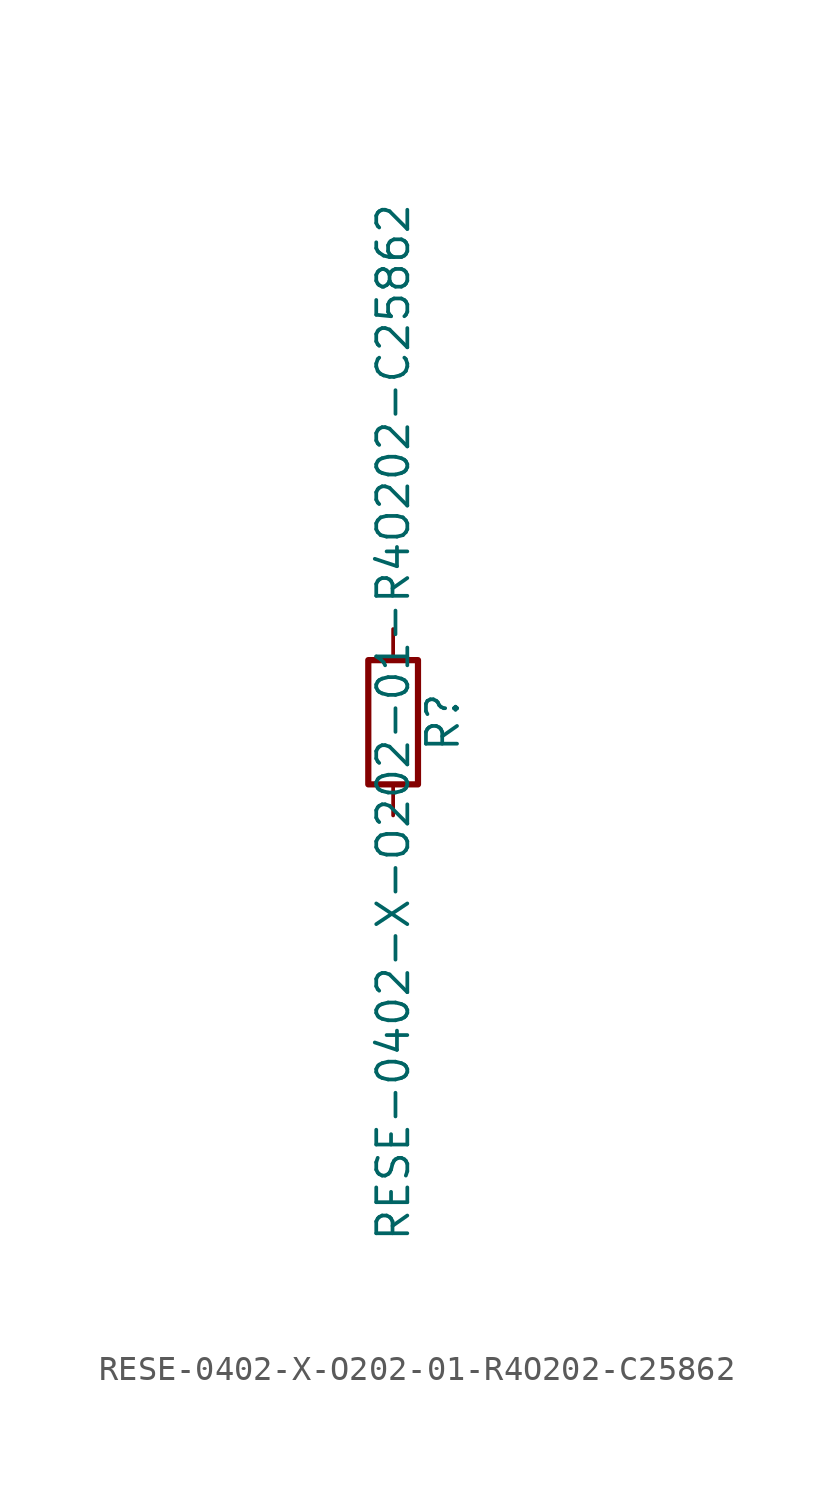
<source format=kicad_sym>
(kicad_symbol_lib
  (version 20211014)
  (generator kicad_symbol_editor)
  (symbol "RESE-0402-X-O202-01-R4O202-C25862"
    (pin_numbers hide)
    (pin_names
      (offset 0))
    (property "Reference" "R"
      (at 2.032 0 90)
      (effects (font (size 1.27 1.27))))
    (property "Value" "RESE-0402-X-O202-01-R4O202-C25862"
      (at 0 0 90)
      (effects (font (size 1.27 1.27))))
    (symbol "RESE-0402-X-O202-01-R4O202-C25862_0_1"
      (rectangle (start -1.016 -2.54) (end 1.016 2.54) (stroke (width 0.254) (type default) (color 0 0 0 0)) (fill (type none))))
    (symbol "RESE-0402-X-O202-01-R4O202-C25862_1_1"
      (pin passive line (at 0 3.81 270) (length 1.27) (name "~" (effects (font (size 1.27 1.27)))) (number "1" (effects (font (size 1.27 1.27)))))
      (pin passive line (at 0 -3.81 90) (length 1.27) (name "~" (effects (font (size 1.27 1.27)))) (number "2" (effects (font (size 1.27 1.27))))))))
</source>
